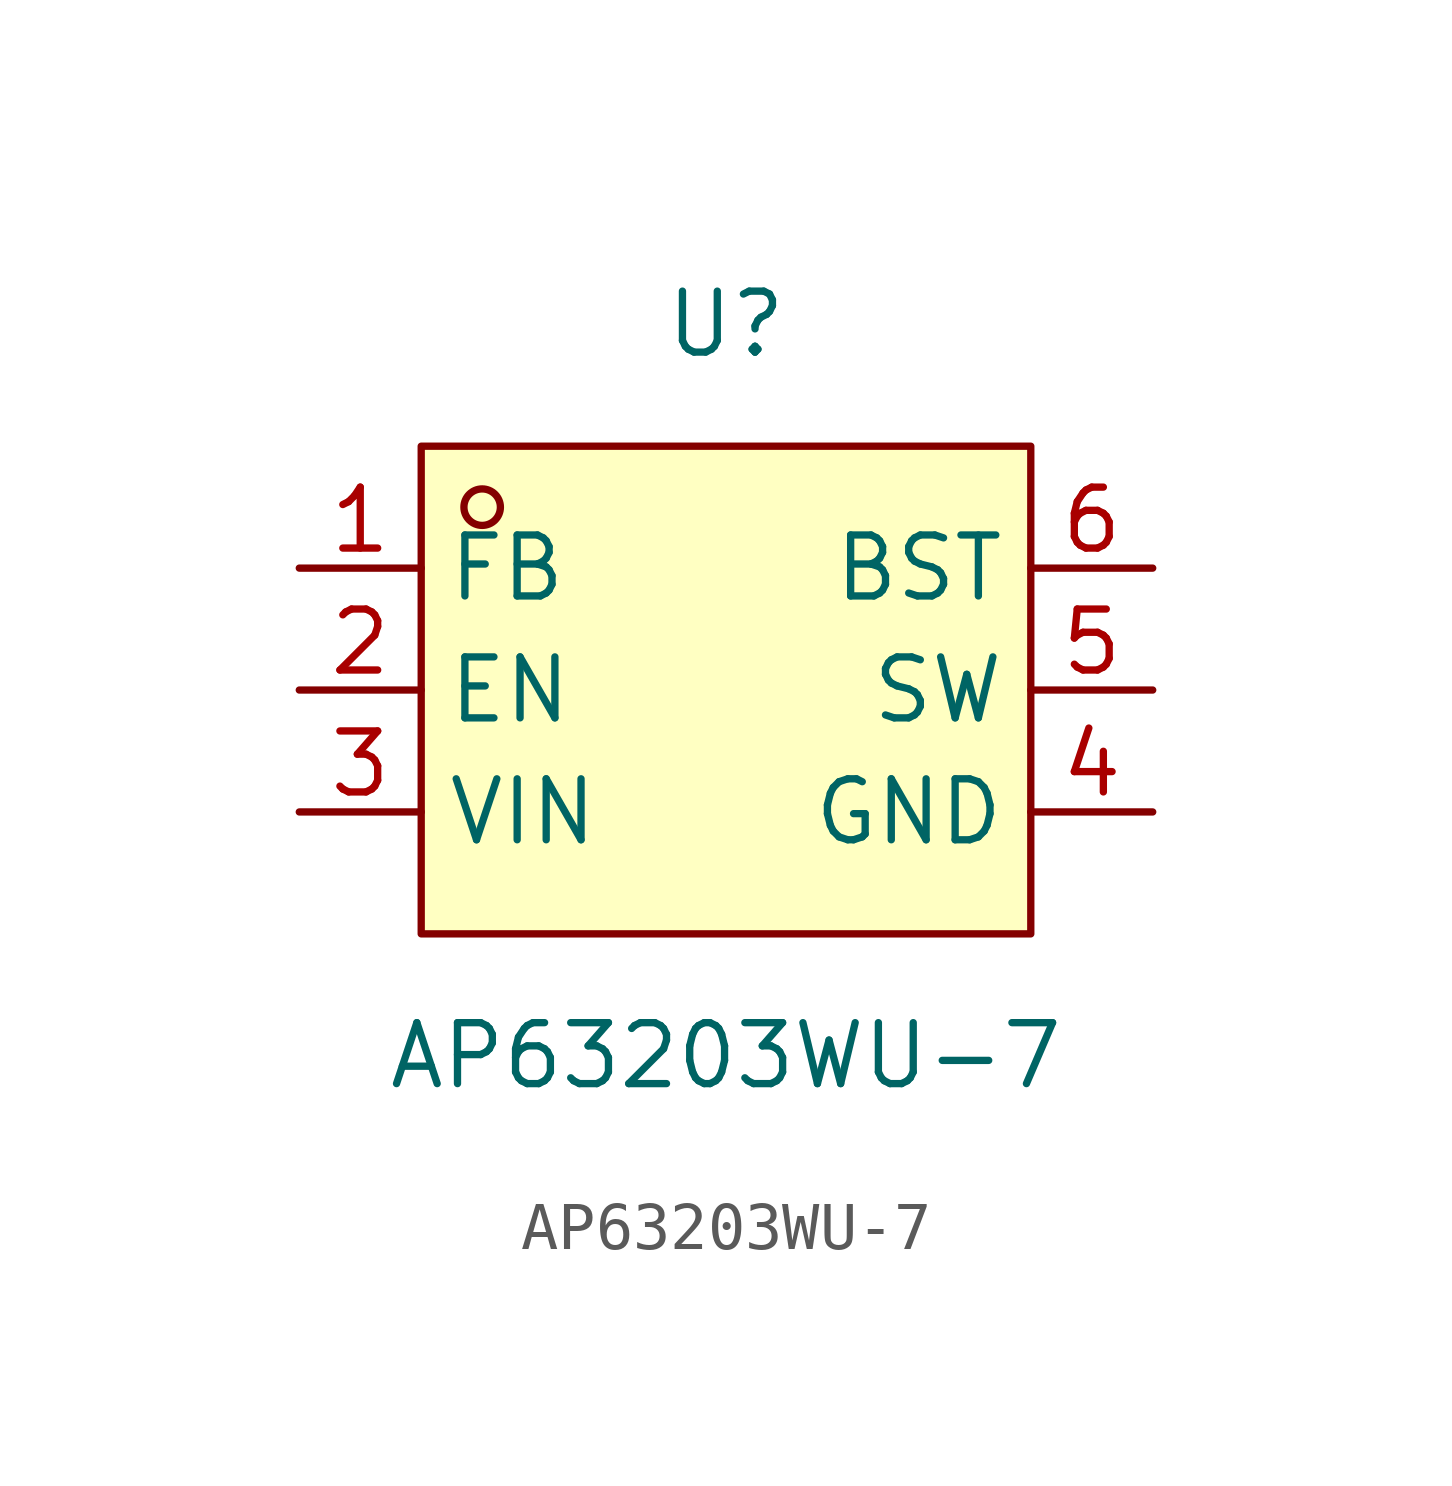
<source format=kicad_sym>
(kicad_symbol_lib
  (version 20211014)
  (generator https://github.com/uPesy/easyeda2kicad.py)
  (symbol "AP63203WU-7"
    (property "Reference" "U"
      (at 0 7.62 0)
      (effects (font (size 1.27 1.27))))
    (property "Value" "AP63203WU-7"
      (at 0 -7.62 0)
      (effects (font (size 1.27 1.27))))
    (symbol "AP63203WU-7_0_1"
      (rectangle (start -6.35 5.08) (end 6.35 -5.08) (stroke (width 0) (type default) (color 0 0 0 0)) (fill (type background)))
      (circle (center -5.08 3.81) (radius 0.38) (stroke (width 0) (type default) (color 0 0 0 0)) (fill (type none)))
      (pin unspecified line (at -8.89 2.54 0) (length 2.54) (name "FB" (effects (font (size 1.27 1.27)))) (number "1" (effects (font (size 1.27 1.27)))))
      (pin unspecified line (at -8.89 -0.00 0) (length 2.54) (name "EN" (effects (font (size 1.27 1.27)))) (number "2" (effects (font (size 1.27 1.27)))))
      (pin unspecified line (at -8.89 -2.54 0) (length 2.54) (name "VIN" (effects (font (size 1.27 1.27)))) (number "3" (effects (font (size 1.27 1.27)))))
      (pin unspecified line (at 8.89 -2.54 180) (length 2.54) (name "GND" (effects (font (size 1.27 1.27)))) (number "4" (effects (font (size 1.27 1.27)))))
      (pin unspecified line (at 8.89 -0.00 180) (length 2.54) (name "SW" (effects (font (size 1.27 1.27)))) (number "5" (effects (font (size 1.27 1.27)))))
      (pin unspecified line (at 8.89 2.54 180) (length 2.54) (name "BST" (effects (font (size 1.27 1.27)))) (number "6" (effects (font (size 1.27 1.27))))))))
</source>
